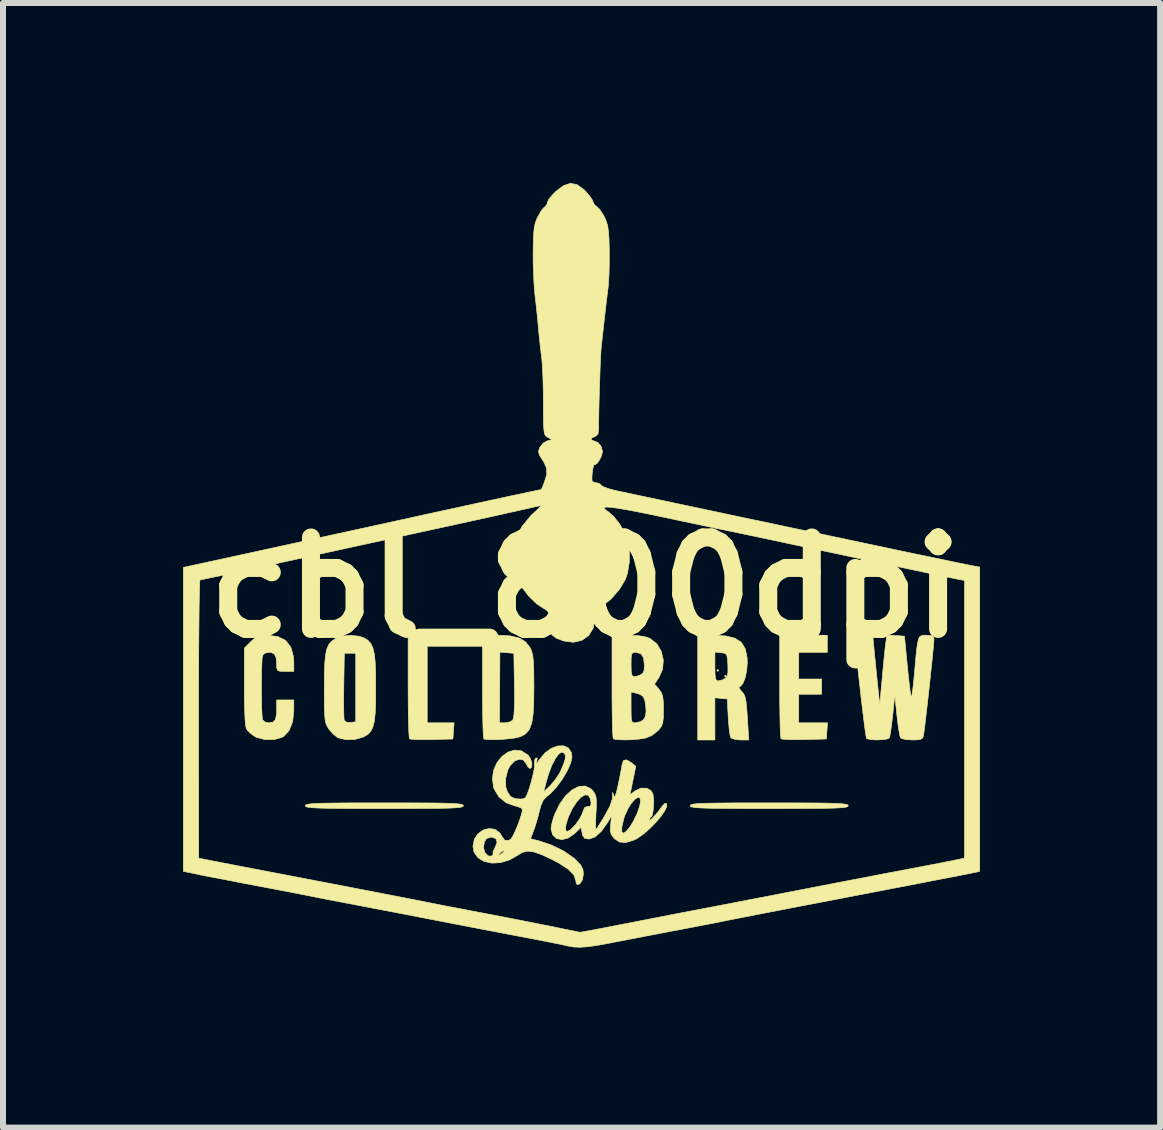
<source format=kicad_pcb>
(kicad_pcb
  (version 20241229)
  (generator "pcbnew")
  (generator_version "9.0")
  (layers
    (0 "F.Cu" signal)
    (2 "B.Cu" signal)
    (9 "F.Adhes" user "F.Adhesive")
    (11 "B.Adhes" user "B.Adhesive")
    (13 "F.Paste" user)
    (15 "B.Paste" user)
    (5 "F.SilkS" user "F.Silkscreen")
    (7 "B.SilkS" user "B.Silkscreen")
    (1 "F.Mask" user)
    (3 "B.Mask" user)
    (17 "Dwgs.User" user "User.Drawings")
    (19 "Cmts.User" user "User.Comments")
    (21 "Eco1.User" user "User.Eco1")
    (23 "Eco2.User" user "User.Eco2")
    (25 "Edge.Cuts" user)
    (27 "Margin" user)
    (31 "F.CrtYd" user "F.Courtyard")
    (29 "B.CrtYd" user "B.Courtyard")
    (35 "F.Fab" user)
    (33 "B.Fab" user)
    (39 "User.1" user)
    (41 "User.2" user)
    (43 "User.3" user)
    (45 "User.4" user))
  (footprint "cbl_800dpi"
    (layer "F.Cu")
    (at 6.704 6.741)
    (property "Reference" "cbl_800dpi" (at 0 0 0) (layer "F.SilkS") (effects (font (size 1.524 1.524) (thickness 0.3))))
    (attr through_hole)
    (fp_poly (pts (xy 2.223 1.381) (xy 2.207 1.397) (xy 2.191 1.381) (xy 2.207 1.365) (xy 2.223 1.381)) (stroke (width 0.01) (type solid)) (fill yes) (layer "F.SilkS"))
    (fp_poly (pts (xy 2.349 1.476) (xy 2.334 1.492) (xy 2.318 1.476) (xy 2.334 1.46) (xy 2.349 1.476)) (stroke (width 0.01) (type solid)) (fill yes) (layer "F.SilkS"))
    (fp_poly (pts (xy -2.635 2.254) (xy -2.187 2.254) (xy -2.197 2.389) (xy -2.207 2.524) (xy -2.558 2.533) (xy -2.701 2.535) (xy -2.82 2.533) (xy -2.902 2.527) (xy -2.931 2.52) (xy -2.936 2.483) (xy -2.942 2.392) (xy -2.946 2.254) (xy -2.95 2.078) (xy -2.952 1.873) (xy -2.953 1.646) (xy -2.953 0.794) (xy -2.635 0.794) (xy -2.635 2.254)) (stroke (width 0.01) (type solid)) (fill yes) (layer "F.SilkS"))
    (fp_poly (pts (xy 4.032 1.079) (xy 3.556 1.079) (xy 3.556 1.524) (xy 3.937 1.524) (xy 3.937 1.778) (xy 3.556 1.778) (xy 3.556 2.254) (xy 4.036 2.254) (xy 4.026 2.389) (xy 4.016 2.524) (xy 3.65 2.533) (xy 3.503 2.535) (xy 3.38 2.533) (xy 3.295 2.527) (xy 3.261 2.52) (xy 3.255 2.483) (xy 3.249 2.392) (xy 3.245 2.254) (xy 3.242 2.078) (xy 3.239 1.873) (xy 3.239 1.646) (xy 3.239 0.794) (xy 4.032 0.794) (xy 4.032 1.079)) (stroke (width 0.01) (type solid)) (fill yes) (layer "F.SilkS"))
    (fp_poly (pts (xy -3.022 3.588) (xy -2.753 3.589) (xy -2.537 3.59) (xy -2.367 3.593) (xy -2.239 3.597) (xy -2.147 3.602) (xy -2.086 3.609) (xy -2.05 3.617) (xy -2.034 3.628) (xy -2.032 3.635) (xy -2.038 3.647) (xy -2.061 3.657) (xy -2.105 3.665) (xy -2.177 3.671) (xy -2.281 3.676) (xy -2.424 3.679) (xy -2.61 3.681) (xy -2.845 3.682) (xy -3.135 3.683) (xy -3.35 3.683) (xy -3.677 3.683) (xy -3.946 3.682) (xy -4.163 3.68) (xy -4.332 3.678) (xy -4.46 3.674) (xy -4.552 3.669) (xy -4.613 3.662) (xy -4.649 3.654) (xy -4.665 3.643) (xy -4.667 3.635) (xy -4.661 3.624) (xy -4.638 3.614) (xy -4.594 3.606) (xy -4.522 3.6) (xy -4.418 3.595) (xy -4.276 3.592) (xy -4.089 3.59) (xy -3.854 3.588) (xy -3.564 3.588) (xy -3.35 3.588) (xy -3.022 3.588)) (stroke (width 0.01) (type solid)) (fill yes) (layer "F.SilkS"))
    (fp_poly (pts (xy 3.391 3.588) (xy 3.66 3.589) (xy 3.877 3.59) (xy 4.047 3.593) (xy 4.174 3.597) (xy 4.266 3.602) (xy 4.327 3.609) (xy 4.363 3.617) (xy 4.379 3.628) (xy 4.381 3.635) (xy 4.375 3.647) (xy 4.353 3.657) (xy 4.308 3.665) (xy 4.237 3.671) (xy 4.132 3.676) (xy 3.99 3.679) (xy 3.804 3.681) (xy 3.568 3.682) (xy 3.279 3.683) (xy 3.064 3.683) (xy 2.737 3.683) (xy 2.467 3.682) (xy 2.251 3.68) (xy 2.081 3.678) (xy 1.953 3.674) (xy 1.862 3.669) (xy 1.801 3.662) (xy 1.765 3.654) (xy 1.749 3.643) (xy 1.746 3.635) (xy 1.753 3.624) (xy 1.775 3.614) (xy 1.82 3.606) (xy 1.891 3.6) (xy 1.996 3.595) (xy 2.138 3.592) (xy 2.324 3.59) (xy 2.559 3.588) (xy 2.849 3.588) (xy 3.064 3.588) (xy 3.391 3.588)) (stroke (width 0.01) (type solid)) (fill yes) (layer "F.SilkS"))
    (fp_poly (pts (xy -1.453 0.794) (xy -1.253 0.805) (xy -1.104 0.84) (xy -0.997 0.904) (xy -0.922 0.999) (xy -0.913 1.016) (xy -0.892 1.068) (xy -0.876 1.135) (xy -0.866 1.225) (xy -0.86 1.351) (xy -0.858 1.522) (xy -0.857 1.66) (xy -0.86 1.913) (xy -0.87 2.11) (xy -0.893 2.258) (xy -0.933 2.365) (xy -0.995 2.438) (xy -1.082 2.485) (xy -1.2 2.512) (xy -1.353 2.527) (xy -1.386 2.53) (xy -1.514 2.535) (xy -1.618 2.534) (xy -1.68 2.527) (xy -1.691 2.523) (xy -1.697 2.485) (xy -1.703 2.393) (xy -1.708 2.255) (xy -1.708 2.254) (xy -1.43 2.254) (xy -1.338 2.254) (xy -1.259 2.24) (xy -1.21 2.21) (xy -1.195 2.163) (xy -1.185 2.061) (xy -1.18 1.902) (xy -1.181 1.684) (xy -1.182 1.631) (xy -1.191 1.095) (xy -1.307 1.086) (xy -1.424 1.076) (xy -1.427 1.665) (xy -1.43 2.254) (xy -1.708 2.254) (xy -1.711 2.078) (xy -1.714 1.872) (xy -1.714 1.646) (xy -1.714 0.794) (xy -1.453 0.794)) (stroke (width 0.01) (type solid)) (fill yes) (layer "F.SilkS"))
    (fp_poly (pts (xy -3.765 0.812) (xy -3.686 0.84) (xy -3.622 0.881) (xy -3.574 0.934) (xy -3.539 1.008) (xy -3.515 1.112) (xy -3.501 1.255) (xy -3.494 1.444) (xy -3.493 1.667) (xy -3.494 1.905) (xy -3.501 2.088) (xy -3.516 2.225) (xy -3.54 2.325) (xy -3.575 2.396) (xy -3.624 2.447) (xy -3.69 2.486) (xy -3.698 2.49) (xy -3.835 2.53) (xy -3.983 2.536) (xy -4.112 2.506) (xy -4.127 2.499) (xy -4.196 2.447) (xy -4.266 2.368) (xy -4.277 2.352) (xy -4.303 2.311) (xy -4.322 2.267) (xy -4.335 2.211) (xy -4.343 2.132) (xy -4.348 2.02) (xy -4.349 1.864) (xy -4.35 1.815) (xy -4.027 1.815) (xy -4.027 1.975) (xy -4.025 2.103) (xy -4.021 2.188) (xy -4.017 2.216) (xy -3.975 2.246) (xy -3.913 2.248) (xy -3.826 2.238) (xy -3.826 1.095) (xy -4.016 1.095) (xy -4.025 1.634) (xy -4.027 1.815) (xy -4.35 1.815) (xy -4.35 1.675) (xy -4.348 1.438) (xy -4.342 1.256) (xy -4.328 1.12) (xy -4.307 1.02) (xy -4.274 0.948) (xy -4.228 0.895) (xy -4.168 0.851) (xy -4.162 0.848) (xy -4.047 0.808) (xy -3.905 0.796) (xy -3.765 0.812)) (stroke (width 0.01) (type solid)) (fill yes) (layer "F.SilkS"))
    (fp_poly (pts (xy -5.127 0.815) (xy -4.995 0.881) (xy -4.908 0.992) (xy -4.864 1.149) (xy -4.858 1.253) (xy -4.858 1.397) (xy -5.001 1.397) (xy -5.088 1.395) (xy -5.13 1.379) (xy -5.143 1.336) (xy -5.144 1.288) (xy -5.152 1.172) (xy -5.182 1.107) (xy -5.241 1.081) (xy -5.271 1.079) (xy -5.345 1.096) (xy -5.378 1.13) (xy -5.386 1.181) (xy -5.391 1.281) (xy -5.395 1.417) (xy -5.397 1.575) (xy -5.397 1.741) (xy -5.395 1.9) (xy -5.392 2.039) (xy -5.386 2.144) (xy -5.379 2.201) (xy -5.378 2.204) (xy -5.333 2.243) (xy -5.271 2.254) (xy -5.204 2.243) (xy -5.165 2.201) (xy -5.147 2.117) (xy -5.144 2.014) (xy -5.144 1.873) (xy -4.858 1.873) (xy -4.858 2.051) (xy -4.877 2.232) (xy -4.933 2.377) (xy -5.021 2.476) (xy -5.051 2.494) (xy -5.184 2.533) (xy -5.337 2.534) (xy -5.477 2.498) (xy -5.515 2.478) (xy -5.592 2.42) (xy -5.646 2.359) (xy -5.649 2.353) (xy -5.662 2.298) (xy -5.671 2.186) (xy -5.678 2.024) (xy -5.682 1.818) (xy -5.683 1.65) (xy -5.683 1.01) (xy -5.575 0.902) (xy -5.5 0.835) (xy -5.43 0.803) (xy -5.334 0.794) (xy -5.304 0.794) (xy -5.127 0.815)) (stroke (width 0.01) (type solid)) (fill yes) (layer "F.SilkS"))
    (fp_poly (pts (xy 2.337 0.806) (xy 2.493 0.844) (xy 2.6 0.914) (xy 2.666 1.021) (xy 2.696 1.168) (xy 2.699 1.254) (xy 2.689 1.383) (xy 2.664 1.502) (xy 2.628 1.595) (xy 2.586 1.646) (xy 2.568 1.651) (xy 2.56 1.67) (xy 2.592 1.718) (xy 2.603 1.729) (xy 2.631 1.762) (xy 2.652 1.796) (xy 2.667 1.842) (xy 2.679 1.911) (xy 2.689 2.014) (xy 2.7 2.16) (xy 2.71 2.326) (xy 2.723 2.54) (xy 2.586 2.54) (xy 2.496 2.531) (xy 2.433 2.51) (xy 2.423 2.5) (xy 2.41 2.453) (xy 2.397 2.358) (xy 2.386 2.232) (xy 2.381 2.159) (xy 2.365 1.857) (xy 2.262 1.847) (xy 2.159 1.837) (xy 2.159 2.54) (xy 1.873 2.54) (xy 1.873 1.316) (xy 2.159 1.316) (xy 2.161 1.439) (xy 2.168 1.511) (xy 2.184 1.546) (xy 2.212 1.556) (xy 2.216 1.556) (xy 2.289 1.537) (xy 2.329 1.515) (xy 2.361 1.477) (xy 2.376 1.414) (xy 2.376 1.308) (xy 2.375 1.285) (xy 2.368 1.18) (xy 2.355 1.122) (xy 2.328 1.096) (xy 2.277 1.087) (xy 2.262 1.085) (xy 2.159 1.075) (xy 2.159 1.316) (xy 1.873 1.316) (xy 1.873 0.794) (xy 2.128 0.794) (xy 2.337 0.806)) (stroke (width 0.01) (type solid)) (fill yes) (layer "F.SilkS"))
    (fp_poly (pts (xy 0.706 0.794) (xy 0.882 0.801) (xy 1.009 0.823) (xy 1.079 0.849) (xy 1.192 0.938) (xy 1.267 1.065) (xy 1.3 1.211) (xy 1.287 1.362) (xy 1.227 1.498) (xy 1.153 1.608) (xy 1.227 1.695) (xy 1.266 1.748) (xy 1.288 1.808) (xy 1.299 1.894) (xy 1.302 2.025) (xy 1.302 2.033) (xy 1.3 2.163) (xy 1.291 2.249) (xy 1.27 2.309) (xy 1.232 2.362) (xy 1.214 2.382) (xy 1.105 2.468) (xy 1 2.509) (xy 0.903 2.525) (xy 0.785 2.535) (xy 0.663 2.539) (xy 0.557 2.536) (xy 0.484 2.527) (xy 0.466 2.519) (xy 0.46 2.483) (xy 0.455 2.392) (xy 0.451 2.254) (xy 0.447 2.078) (xy 0.447 1.997) (xy 0.762 1.997) (xy 0.763 2.124) (xy 0.768 2.2) (xy 0.781 2.239) (xy 0.807 2.253) (xy 0.839 2.254) (xy 0.923 2.233) (xy 0.97 2.201) (xy 1.003 2.146) (xy 1.012 2.061) (xy 1.008 1.993) (xy 0.992 1.881) (xy 0.964 1.816) (xy 0.911 1.78) (xy 0.849 1.761) (xy 0.762 1.739) (xy 0.762 1.997) (xy 0.447 1.997) (xy 0.445 1.873) (xy 0.445 1.646) (xy 0.445 1.286) (xy 0.762 1.286) (xy 0.765 1.403) (xy 0.778 1.466) (xy 0.81 1.486) (xy 0.869 1.474) (xy 0.903 1.461) (xy 0.955 1.432) (xy 0.979 1.383) (xy 0.984 1.293) (xy 0.984 1.293) (xy 0.971 1.173) (xy 0.927 1.104) (xy 0.847 1.08) (xy 0.835 1.079) (xy 0.796 1.084) (xy 0.774 1.107) (xy 0.764 1.163) (xy 0.762 1.266) (xy 0.762 1.286) (xy 0.445 1.286) (xy 0.445 0.794) (xy 0.706 0.794)) (stroke (width 0.01) (type solid)) (fill yes) (layer "F.SilkS"))
    (fp_poly (pts (xy 5.171 0.8) (xy 5.318 0.81) (xy 5.366 1.307) (xy 5.383 1.478) (xy 5.4 1.626) (xy 5.415 1.74) (xy 5.427 1.808) (xy 5.431 1.823) (xy 5.44 1.8) (xy 5.453 1.724) (xy 5.467 1.606) (xy 5.482 1.456) (xy 5.488 1.389) (xy 5.506 1.181) (xy 5.521 1.029) (xy 5.536 0.923) (xy 5.554 0.854) (xy 5.577 0.816) (xy 5.609 0.799) (xy 5.652 0.794) (xy 5.687 0.794) (xy 5.768 0.799) (xy 5.803 0.822) (xy 5.81 0.86) (xy 5.807 0.914) (xy 5.797 1.02) (xy 5.783 1.167) (xy 5.764 1.343) (xy 5.744 1.537) (xy 5.722 1.738) (xy 5.7 1.935) (xy 5.679 2.117) (xy 5.661 2.273) (xy 5.646 2.391) (xy 5.636 2.46) (xy 5.634 2.469) (xy 5.618 2.51) (xy 5.581 2.532) (xy 5.506 2.539) (xy 5.446 2.54) (xy 5.341 2.533) (xy 5.27 2.516) (xy 5.251 2.502) (xy 5.238 2.456) (xy 5.222 2.362) (xy 5.204 2.235) (xy 5.192 2.129) (xy 5.157 1.794) (xy 5.121 2.134) (xy 5.105 2.276) (xy 5.088 2.396) (xy 5.074 2.478) (xy 5.065 2.507) (xy 5.024 2.525) (xy 4.943 2.536) (xy 4.846 2.539) (xy 4.756 2.534) (xy 4.696 2.52) (xy 4.685 2.512) (xy 4.677 2.474) (xy 4.663 2.382) (xy 4.645 2.245) (xy 4.624 2.073) (xy 4.6 1.874) (xy 4.587 1.758) (xy 4.563 1.543) (xy 4.54 1.342) (xy 4.519 1.167) (xy 4.503 1.028) (xy 4.491 0.937) (xy 4.487 0.913) (xy 4.469 0.794) (xy 4.789 0.794) (xy 4.811 1.024) (xy 4.824 1.157) (xy 4.841 1.327) (xy 4.859 1.507) (xy 4.869 1.603) (xy 4.906 1.953) (xy 4.947 1.508) (xy 4.963 1.334) (xy 4.979 1.17) (xy 4.993 1.033) (xy 5.004 0.939) (xy 5.006 0.927) (xy 5.024 0.791) (xy 5.171 0.8)) (stroke (width 0.01) (type solid)) (fill yes) (layer "F.SilkS"))
    (fp_poly (pts (xy 0.761 2.914) (xy 0.765 2.917) (xy 0.841 2.978) (xy 0.744 3.455) (xy 0.821 3.394) (xy 0.925 3.342) (xy 1.026 3.344) (xy 1.095 3.385) (xy 1.126 3.439) (xy 1.139 3.525) (xy 1.137 3.624) (xy 1.129 3.723) (xy 1.117 3.79) (xy 1.107 3.81) (xy 1.081 3.836) (xy 1.067 3.866) (xy 1.072 3.879) (xy 1.105 3.854) (xy 1.157 3.801) (xy 1.216 3.732) (xy 1.271 3.657) (xy 1.274 3.651) (xy 1.318 3.603) (xy 1.352 3.596) (xy 1.352 3.597) (xy 1.359 3.644) (xy 1.324 3.72) (xy 1.258 3.815) (xy 1.17 3.919) (xy 1.068 4.022) (xy 0.962 4.113) (xy 0.861 4.183) (xy 0.811 4.208) (xy 0.676 4.249) (xy 0.571 4.241) (xy 0.484 4.183) (xy 0.478 4.176) (xy 0.431 4.115) (xy 0.421 4.07) (xy 0.607 4.07) (xy 0.632 4.094) (xy 0.682 4.062) (xy 0.74 3.993) (xy 0.806 3.885) (xy 0.865 3.76) (xy 0.906 3.64) (xy 0.921 3.555) (xy 0.907 3.503) (xy 0.872 3.498) (xy 0.821 3.533) (xy 0.764 3.6) (xy 0.708 3.69) (xy 0.659 3.796) (xy 0.638 3.861) (xy 0.609 3.991) (xy 0.607 4.07) (xy 0.421 4.07) (xy 0.415 4.045) (xy 0.421 3.952) (xy 0.437 3.805) (xy 0.374 3.911) (xy 0.268 4.061) (xy 0.163 4.156) (xy 0.063 4.191) (xy 0.057 4.191) (xy -0.01 4.18) (xy -0.043 4.134) (xy -0.053 4.094) (xy -0.072 3.997) (xy -0.178 4.099) (xy -0.285 4.174) (xy -0.39 4.201) (xy -0.481 4.182) (xy -0.545 4.12) (xy -0.567 4.035) (xy -0.331 4.035) (xy -0.307 4.066) (xy -0.255 4.042) (xy -0.174 3.962) (xy -0.159 3.945) (xy -0.096 3.855) (xy -0.051 3.767) (xy -0.042 3.739) (xy -0.012 3.666) (xy 0.045 3.645) (xy 0.071 3.647) (xy 0.093 3.627) (xy 0.094 3.573) (xy 0.079 3.51) (xy 0.049 3.462) (xy 0.048 3.461) (xy -0.005 3.454) (xy -0.073 3.495) (xy -0.147 3.576) (xy -0.219 3.686) (xy -0.279 3.816) (xy -0.281 3.82) (xy -0.323 3.953) (xy -0.331 4.035) (xy -0.567 4.035) (xy -0.571 4.018) (xy -0.572 4.011) (xy -0.56 3.939) (xy -0.532 3.838) (xy -0.512 3.782) (xy -0.429 3.609) (xy -0.33 3.47) (xy -0.22 3.37) (xy -0.108 3.314) (xy -0.002 3.307) (xy 0.093 3.353) (xy 0.127 3.388) (xy 0.159 3.437) (xy 0.178 3.49) (xy 0.185 3.564) (xy 0.183 3.677) (xy 0.178 3.753) (xy 0.173 3.877) (xy 0.171 3.973) (xy 0.173 4.026) (xy 0.175 4.032) (xy 0.196 4.007) (xy 0.24 3.939) (xy 0.3 3.843) (xy 0.323 3.804) (xy 0.41 3.641) (xy 0.45 3.52) (xy 0.453 3.479) (xy 0.451 3.418) (xy 0.457 3.417) (xy 0.471 3.458) (xy 0.484 3.485) (xy 0.5 3.468) (xy 0.521 3.402) (xy 0.548 3.283) (xy 0.575 3.154) (xy 0.597 3.041) (xy 0.61 2.964) (xy 0.611 2.955) (xy 0.634 2.884) (xy 0.684 2.87) (xy 0.761 2.914)) (stroke (width 0.01) (type solid)) (fill yes) (layer "F.SilkS"))
    (fp_poly (pts (xy -0.283 2.672) (xy -0.233 2.747) (xy -0.222 2.821) (xy -0.244 2.925) (xy -0.301 3.054) (xy -0.384 3.194) (xy -0.481 3.326) (xy -0.582 3.434) (xy -0.639 3.479) (xy -0.7 3.541) (xy -0.743 3.639) (xy -0.762 3.712) (xy -0.796 3.846) (xy -0.837 3.982) (xy -0.857 4.037) (xy -0.913 4.186) (xy -0.768 4.222) (xy -0.558 4.293) (xy -0.358 4.392) (xy -0.191 4.508) (xy -0.157 4.539) (xy -0.077 4.625) (xy -0.04 4.699) (xy -0.032 4.767) (xy -0.047 4.867) (xy -0.088 4.934) (xy -0.133 4.953) (xy -0.153 4.926) (xy -0.159 4.88) (xy -0.19 4.792) (xy -0.283 4.696) (xy -0.439 4.593) (xy -0.558 4.53) (xy -0.728 4.451) (xy -0.858 4.405) (xy -0.96 4.393) (xy -1.044 4.411) (xy -1.117 4.455) (xy -1.263 4.539) (xy -1.414 4.584) (xy -1.559 4.592) (xy -1.689 4.563) (xy -1.791 4.501) (xy -1.856 4.407) (xy -1.869 4.332) (xy -1.697 4.332) (xy -1.674 4.415) (xy -1.623 4.468) (xy -1.586 4.477) (xy -1.545 4.466) (xy -1.457 4.466) (xy -1.446 4.465) (xy -1.406 4.442) (xy -1.36 4.406) (xy -1.352 4.385) (xy -1.382 4.393) (xy -1.422 4.427) (xy -1.457 4.466) (xy -1.545 4.466) (xy -1.542 4.465) (xy -1.539 4.446) (xy -1.537 4.4) (xy -1.506 4.335) (xy -1.471 4.249) (xy -1.488 4.187) (xy -1.555 4.16) (xy -1.571 4.159) (xy -1.646 4.182) (xy -1.683 4.239) (xy -1.697 4.332) (xy -1.869 4.332) (xy -1.873 4.311) (xy -1.85 4.193) (xy -1.788 4.101) (xy -1.701 4.04) (xy -1.602 4.015) (xy -1.506 4.029) (xy -1.425 4.089) (xy -1.392 4.143) (xy -1.345 4.209) (xy -1.286 4.216) (xy -1.244 4.195) (xy -1.215 4.155) (xy -1.174 4.072) (xy -1.13 3.967) (xy -1.089 3.857) (xy -1.059 3.762) (xy -1.048 3.701) (xy -1.077 3.669) (xy -1.151 3.643) (xy -1.172 3.639) (xy -1.319 3.587) (xy -1.441 3.487) (xy -1.52 3.356) (xy -1.528 3.334) (xy -1.549 3.185) (xy -1.528 3.043) (xy -1.472 2.917) (xy -1.39 2.814) (xy -1.289 2.742) (xy -1.179 2.709) (xy -1.066 2.721) (xy -0.959 2.788) (xy -0.952 2.795) (xy -0.912 2.856) (xy -0.891 2.928) (xy -0.893 2.989) (xy -0.919 3.016) (xy -0.922 3.016) (xy -0.956 2.99) (xy -0.984 2.937) (xy -1.033 2.874) (xy -1.102 2.86) (xy -1.179 2.892) (xy -1.251 2.964) (xy -1.289 3.034) (xy -1.328 3.183) (xy -1.325 3.325) (xy -1.297 3.407) (xy -1.244 3.483) (xy -1.174 3.517) (xy -1.089 3.524) (xy -1.039 3.521) (xy -1.004 3.505) (xy -0.976 3.463) (xy -0.955 3.406) (xy -0.695 3.406) (xy -0.585 3.3) (xy -0.502 3.203) (xy -0.43 3.094) (xy -0.415 3.065) (xy -0.36 2.937) (xy -0.334 2.85) (xy -0.336 2.791) (xy -0.348 2.764) (xy -0.388 2.741) (xy -0.44 2.771) (xy -0.498 2.847) (xy -0.558 2.962) (xy -0.613 3.108) (xy -0.646 3.22) (xy -0.695 3.406) (xy -0.955 3.406) (xy -0.946 3.383) (xy -0.911 3.272) (xy -0.877 3.144) (xy -0.854 3.032) (xy -0.847 2.954) (xy -0.848 2.942) (xy -0.846 2.875) (xy -0.825 2.841) (xy -0.801 2.84) (xy -0.807 2.889) (xy -0.809 2.893) (xy -0.817 2.933) (xy -0.803 2.922) (xy -0.768 2.871) (xy -0.675 2.758) (xy -0.57 2.681) (xy -0.462 2.64) (xy -0.362 2.637) (xy -0.283 2.672)) (stroke (width 0.01) (type solid)) (fill yes) (layer "F.SilkS"))
    (fp_poly (pts (xy -0.139 -6.715) (xy -0.027 -6.634) (xy 0.005 -6.603) (xy 0.073 -6.524) (xy 0.117 -6.458) (xy 0.127 -6.429) (xy 0.152 -6.379) (xy 0.187 -6.352) (xy 0.236 -6.305) (xy 0.292 -6.223) (xy 0.321 -6.169) (xy 0.352 -6.097) (xy 0.373 -6.023) (xy 0.386 -5.933) (xy 0.394 -5.811) (xy 0.399 -5.643) (xy 0.399 -5.605) (xy 0.399 -5.428) (xy 0.396 -5.255) (xy 0.389 -5.105) (xy 0.38 -5.001) (xy 0.365 -4.882) (xy 0.346 -4.726) (xy 0.327 -4.561) (xy 0.319 -4.493) (xy 0.302 -4.336) (xy 0.285 -4.183) (xy 0.271 -4.059) (xy 0.266 -4.016) (xy 0.26 -3.939) (xy 0.253 -3.812) (xy 0.246 -3.646) (xy 0.24 -3.457) (xy 0.233 -3.255) (xy 0.228 -3.055) (xy 0.224 -2.869) (xy 0.222 -2.711) (xy 0.222 -2.64) (xy 0.211 -2.559) (xy 0.171 -2.521) (xy 0.159 -2.517) (xy 0.107 -2.491) (xy 0.099 -2.46) (xy 0.138 -2.445) (xy 0.141 -2.445) (xy 0.211 -2.417) (xy 0.265 -2.348) (xy 0.286 -2.265) (xy 0.272 -2.202) (xy 0.239 -2.131) (xy 0.199 -2.073) (xy 0.163 -2.046) (xy 0.151 -2.05) (xy 0.138 -2.034) (xy 0.125 -1.977) (xy 0.114 -1.9) (xy 0.109 -1.826) (xy 0.113 -1.777) (xy 0.115 -1.771) (xy 0.156 -1.75) (xy 0.189 -1.746) (xy 0.246 -1.727) (xy 0.263 -1.705) (xy 0.3 -1.68) (xy 0.383 -1.649) (xy 0.498 -1.618) (xy 0.544 -1.608) (xy 0.654 -1.585) (xy 0.813 -1.551) (xy 1.007 -1.51) (xy 1.224 -1.464) (xy 1.449 -1.416) (xy 1.54 -1.397) (xy 1.796 -1.343) (xy 2.077 -1.283) (xy 2.361 -1.223) (xy 2.628 -1.166) (xy 2.855 -1.118) (xy 2.873 -1.115) (xy 3.12 -1.063) (xy 3.402 -1.003) (xy 3.69 -0.942) (xy 3.959 -0.886) (xy 4.08 -0.86) (xy 4.586 -0.753) (xy 5.031 -0.659) (xy 5.414 -0.578) (xy 5.738 -0.511) (xy 6.001 -0.456) (xy 6.205 -0.413) (xy 6.35 -0.384) (xy 6.438 -0.366) (xy 6.453 -0.363) (xy 6.572 -0.342) (xy 6.572 4.73) (xy 6.501 4.746) (xy 6.444 4.757) (xy 6.33 4.78) (xy 6.163 4.813) (xy 5.948 4.854) (xy 5.69 4.904) (xy 5.394 4.962) (xy 5.064 5.025) (xy 4.706 5.094) (xy 4.445 5.144) (xy 3.968 5.236) (xy 3.549 5.316) (xy 3.189 5.386) (xy 2.889 5.444) (xy 2.648 5.491) (xy 2.469 5.526) (xy 2.351 5.549) (xy 2.318 5.556) (xy 2.244 5.571) (xy 2.12 5.596) (xy 1.956 5.627) (xy 1.765 5.664) (xy 1.557 5.704) (xy 1.492 5.716) (xy 1.26 5.76) (xy 1.02 5.806) (xy 0.79 5.851) (xy 0.585 5.89) (xy 0.425 5.921) (xy 0.415 5.923) (xy 0.206 5.962) (xy 0.044 5.985) (xy -0.085 5.994) (xy -0.193 5.99) (xy -0.296 5.972) (xy -0.318 5.967) (xy -0.381 5.952) (xy -0.496 5.929) (xy -0.652 5.898) (xy -0.837 5.862) (xy -1.041 5.823) (xy -1.111 5.81) (xy -1.368 5.761) (xy -1.656 5.706) (xy -1.95 5.649) (xy -2.227 5.596) (xy -2.429 5.557) (xy -2.672 5.509) (xy -2.954 5.455) (xy -3.249 5.398) (xy -3.534 5.344) (xy -3.747 5.303) (xy -3.956 5.263) (xy -4.154 5.225) (xy -4.327 5.192) (xy -4.465 5.165) (xy -4.555 5.147) (xy -4.572 5.143) (xy -4.643 5.129) (xy -4.766 5.105) (xy -4.93 5.073) (xy -5.125 5.036) (xy -5.339 4.995) (xy -5.477 4.969) (xy -5.699 4.927) (xy -5.909 4.886) (xy -6.096 4.85) (xy -6.249 4.821) (xy -6.358 4.8) (xy -6.398 4.792) (xy -6.505 4.769) (xy -6.598 4.75) (xy -6.628 4.744) (xy -6.699 4.73) (xy -6.699 2.197) (xy -6.699 2.19) (xy -6.445 2.19) (xy -6.443 4.508) (xy -6.373 4.523) (xy -6.318 4.534) (xy -6.214 4.555) (xy -6.072 4.582) (xy -5.906 4.614) (xy -5.81 4.633) (xy -5.619 4.669) (xy -5.386 4.714) (xy -5.13 4.763) (xy -4.872 4.812) (xy -4.636 4.858) (xy -4.327 4.917) (xy -4.018 4.976) (xy -3.718 5.034) (xy -3.433 5.089) (xy -3.171 5.14) (xy -2.94 5.185) (xy -2.749 5.222) (xy -2.603 5.251) (xy -2.512 5.269) (xy -2.508 5.27) (xy -2.435 5.285) (xy -2.311 5.309) (xy -2.147 5.34) (xy -1.955 5.377) (xy -1.746 5.417) (xy -1.667 5.432) (xy -1.43 5.477) (xy -1.183 5.525) (xy -0.943 5.572) (xy -0.728 5.615) (xy -0.555 5.649) (xy -0.54 5.652) (xy -0.383 5.685) (xy -0.249 5.712) (xy -0.15 5.732) (xy -0.098 5.743) (xy -0.093 5.744) (xy -0.057 5.739) (xy 0.03 5.724) (xy 0.153 5.701) (xy 0.302 5.673) (xy 0.32 5.669) (xy 0.872 5.562) (xy 1.478 5.444) (xy 2.125 5.32) (xy 2.381 5.271) (xy 2.638 5.221) (xy 2.925 5.166) (xy 3.22 5.109) (xy 3.497 5.055) (xy 3.699 5.016) (xy 3.942 4.969) (xy 4.224 4.914) (xy 4.519 4.858) (xy 4.804 4.803) (xy 5.016 4.762) (xy 5.334 4.702) (xy 5.595 4.652) (xy 5.805 4.612) (xy 5.968 4.58) (xy 6.091 4.556) (xy 6.178 4.538) (xy 6.235 4.526) (xy 6.247 4.524) (xy 6.318 4.507) (xy 6.318 -0.119) (xy 6.215 -0.137) (xy 6.166 -0.147) (xy 6.06 -0.169) (xy 5.904 -0.201) (xy 5.704 -0.243) (xy 5.464 -0.294) (xy 5.192 -0.351) (xy 4.894 -0.414) (xy 4.574 -0.482) (xy 4.302 -0.54) (xy 3.968 -0.611) (xy 3.649 -0.678) (xy 3.351 -0.741) (xy 3.08 -0.799) (xy 2.843 -0.849) (xy 2.644 -0.891) (xy 2.491 -0.923) (xy 2.39 -0.944) (xy 2.349 -0.952) (xy 2.282 -0.966) (xy 2.161 -0.991) (xy 1.998 -1.026) (xy 1.8 -1.068) (xy 1.578 -1.114) (xy 1.341 -1.165) (xy 1.302 -1.173) (xy 1.001 -1.236) (xy 0.758 -1.284) (xy 0.57 -1.317) (xy 0.436 -1.336) (xy 0.351 -1.342) (xy 0.312 -1.333) (xy 0.317 -1.311) (xy 0.363 -1.277) (xy 0.375 -1.269) (xy 0.472 -1.186) (xy 0.569 -1.063) (xy 0.653 -0.92) (xy 0.699 -0.81) (xy 0.733 -0.632) (xy 0.734 -0.433) (xy 0.703 -0.241) (xy 0.668 -0.137) (xy 0.569 0.03) (xy 0.43 0.189) (xy 0.272 0.316) (xy 0.262 0.322) (xy 0.194 0.374) (xy 0.165 0.433) (xy 0.159 0.519) (xy 0.132 0.675) (xy 0.057 0.798) (xy -0.057 0.879) (xy -0.199 0.912) (xy -0.357 0.891) (xy -0.483 0.845) (xy -0.558 0.787) (xy -0.594 0.702) (xy -0.603 0.575) (xy -0.603 0.572) (xy -0.606 0.467) (xy -0.62 0.406) (xy -0.651 0.372) (xy -0.683 0.355) (xy -0.811 0.272) (xy -0.941 0.146) (xy -1.056 -0.004) (xy -1.127 -0.132) (xy -1.175 -0.249) (xy -1.199 -0.347) (xy -1.204 -0.455) (xy -1.199 -0.552) (xy -1.156 -0.8) (xy -1.059 -1.014) (xy -0.907 -1.2) (xy -0.87 -1.234) (xy -0.796 -1.302) (xy -0.75 -1.349) (xy -0.74 -1.365) (xy -0.778 -1.358) (xy -0.862 -1.34) (xy -0.977 -1.314) (xy -1.032 -1.302) (xy -1.123 -1.281) (xy -1.268 -1.249) (xy -1.458 -1.206) (xy -1.685 -1.156) (xy -1.941 -1.1) (xy -2.217 -1.039) (xy -2.506 -0.976) (xy -2.613 -0.953) (xy -2.961 -0.877) (xy -3.347 -0.793) (xy -3.755 -0.704) (xy -4.166 -0.614) (xy -4.564 -0.527) (xy -4.929 -0.447) (xy -5.158 -0.397) (xy -5.429 -0.338) (xy -5.681 -0.284) (xy -5.907 -0.235) (xy -6.101 -0.193) (xy -6.254 -0.161) (xy -6.362 -0.138) (xy -6.416 -0.128) (xy -6.421 -0.127) (xy -6.425 -0.096) (xy -6.429 -0.007) (xy -6.432 0.136) (xy -6.436 0.328) (xy -6.438 0.563) (xy -6.441 0.837) (xy -6.443 1.144) (xy -6.444 1.48) (xy -6.445 1.84) (xy -6.445 2.19) (xy -6.699 2.19) (xy -6.699 -0.336) (xy -5.58 -0.579) (xy -5.297 -0.641) (xy -4.966 -0.713) (xy -4.602 -0.793) (xy -4.218 -0.877) (xy -3.828 -0.962) (xy -3.447 -1.045) (xy -3.089 -1.124) (xy -3 -1.143) (xy -2.688 -1.212) (xy -2.381 -1.279) (xy -2.086 -1.343) (xy -1.814 -1.403) (xy -1.572 -1.455) (xy -1.369 -1.499) (xy -1.214 -1.533) (xy -1.135 -1.549) (xy -0.731 -1.635) (xy -0.683 -1.755) (xy -0.643 -1.883) (xy -0.645 -1.986) (xy -0.69 -2.089) (xy -0.717 -2.131) (xy -0.766 -2.209) (xy -0.781 -2.263) (xy -0.766 -2.319) (xy -0.757 -2.338) (xy -0.701 -2.408) (xy -0.635 -2.445) (xy -0.556 -2.465) (xy -0.627 -2.503) (xy -0.653 -2.52) (xy -0.672 -2.543) (xy -0.684 -2.581) (xy -0.692 -2.646) (xy -0.697 -2.745) (xy -0.699 -2.889) (xy -0.699 -3.086) (xy -0.699 -3.089) (xy -0.701 -3.287) (xy -0.706 -3.48) (xy -0.714 -3.651) (xy -0.723 -3.785) (xy -0.729 -3.842) (xy -0.747 -3.982) (xy -0.765 -4.148) (xy -0.78 -4.302) (xy -0.794 -4.459) (xy -0.813 -4.643) (xy -0.833 -4.82) (xy -0.837 -4.852) (xy -0.851 -5.002) (xy -0.862 -5.191) (xy -0.869 -5.395) (xy -0.87 -5.587) (xy -0.867 -5.77) (xy -0.861 -5.903) (xy -0.851 -6.001) (xy -0.834 -6.076) (xy -0.809 -6.143) (xy -0.794 -6.175) (xy -0.745 -6.263) (xy -0.699 -6.324) (xy -0.679 -6.34) (xy -0.641 -6.382) (xy -0.635 -6.413) (xy -0.613 -6.463) (xy -0.555 -6.536) (xy -0.493 -6.6) (xy -0.364 -6.698) (xy -0.249 -6.736) (xy -0.139 -6.715)) (stroke (width 0.01) (type solid)) (fill yes) (layer "F.SilkS")))
  (gr_rect
    (start -3 -3)
    (end 16.282 15.74)
    (stroke (width 0.1) (type default))
    (fill no)
    (layer "Edge.Cuts")))
</source>
